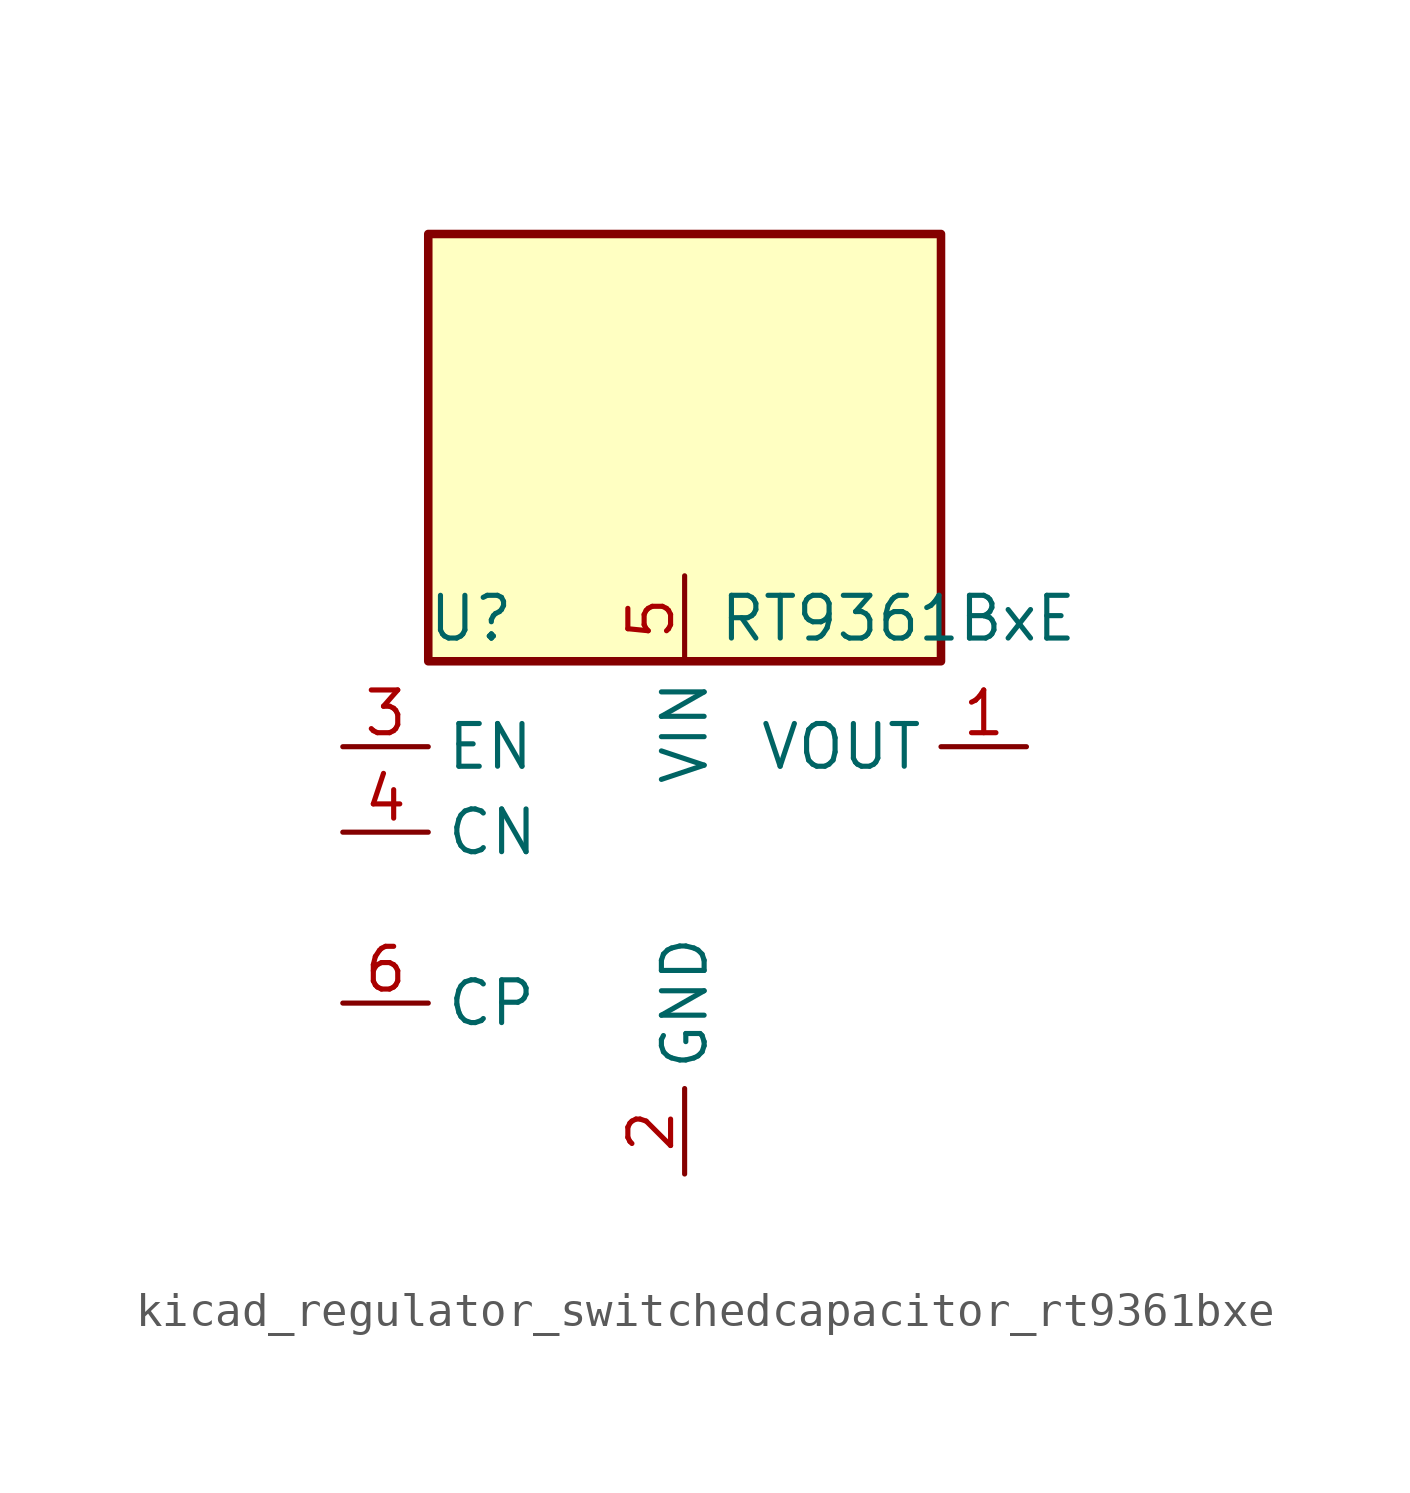
<source format=kicad_sym>
(kicad_symbol_lib
  (version 20220914)
  (generator kicad_symbol_editor)
  (symbol "kicad_regulator_switchedcapacitor_rt9361bxe"
    (property "Reference" "U"
      (at -6.35 6.35 0)
      (effects (font (size 1.27 1.27))))
    (property "Value" "RT9361BxE"
      (at 6.35 6.35 0)
      (effects (font (size 1.27 1.27))))
    (symbol "kicad_regulator_switchedcapacitor_rt9361bxe_1_1"
      (rectangle (start 7.62 17.78) (end -7.62 5.08) (stroke (width 0.254) (type default)) (fill (type background)))
      (pin power_out line (at 10.16 2.54 180) (length 2.54) (name "VOUT" (effects (font (size 1.27 1.27)))) (number "1" (effects (font (size 1.27 1.27)))))
      (pin power_in line (at 0 -10.16 90) (length 2.54) (name "GND" (effects (font (size 1.27 1.27)))) (number "2" (effects (font (size 1.27 1.27)))))
      (pin input line (at -10.16 2.54 0) (length 2.54) (name "EN" (effects (font (size 1.27 1.27)))) (number "3" (effects (font (size 1.27 1.27)))))
      (pin passive line (at -10.16 0 0) (length 2.54) (name "CN" (effects (font (size 1.27 1.27)))) (number "4" (effects (font (size 1.27 1.27)))))
      (pin power_in line (at 0 7.62 270) (length 2.54) (name "VIN" (effects (font (size 1.27 1.27)))) (number "5" (effects (font (size 1.27 1.27)))))
      (pin passive line (at -10.16 -5.08 0) (length 2.54) (name "CP" (effects (font (size 1.27 1.27)))) (number "6" (effects (font (size 1.27 1.27))))))))
</source>
